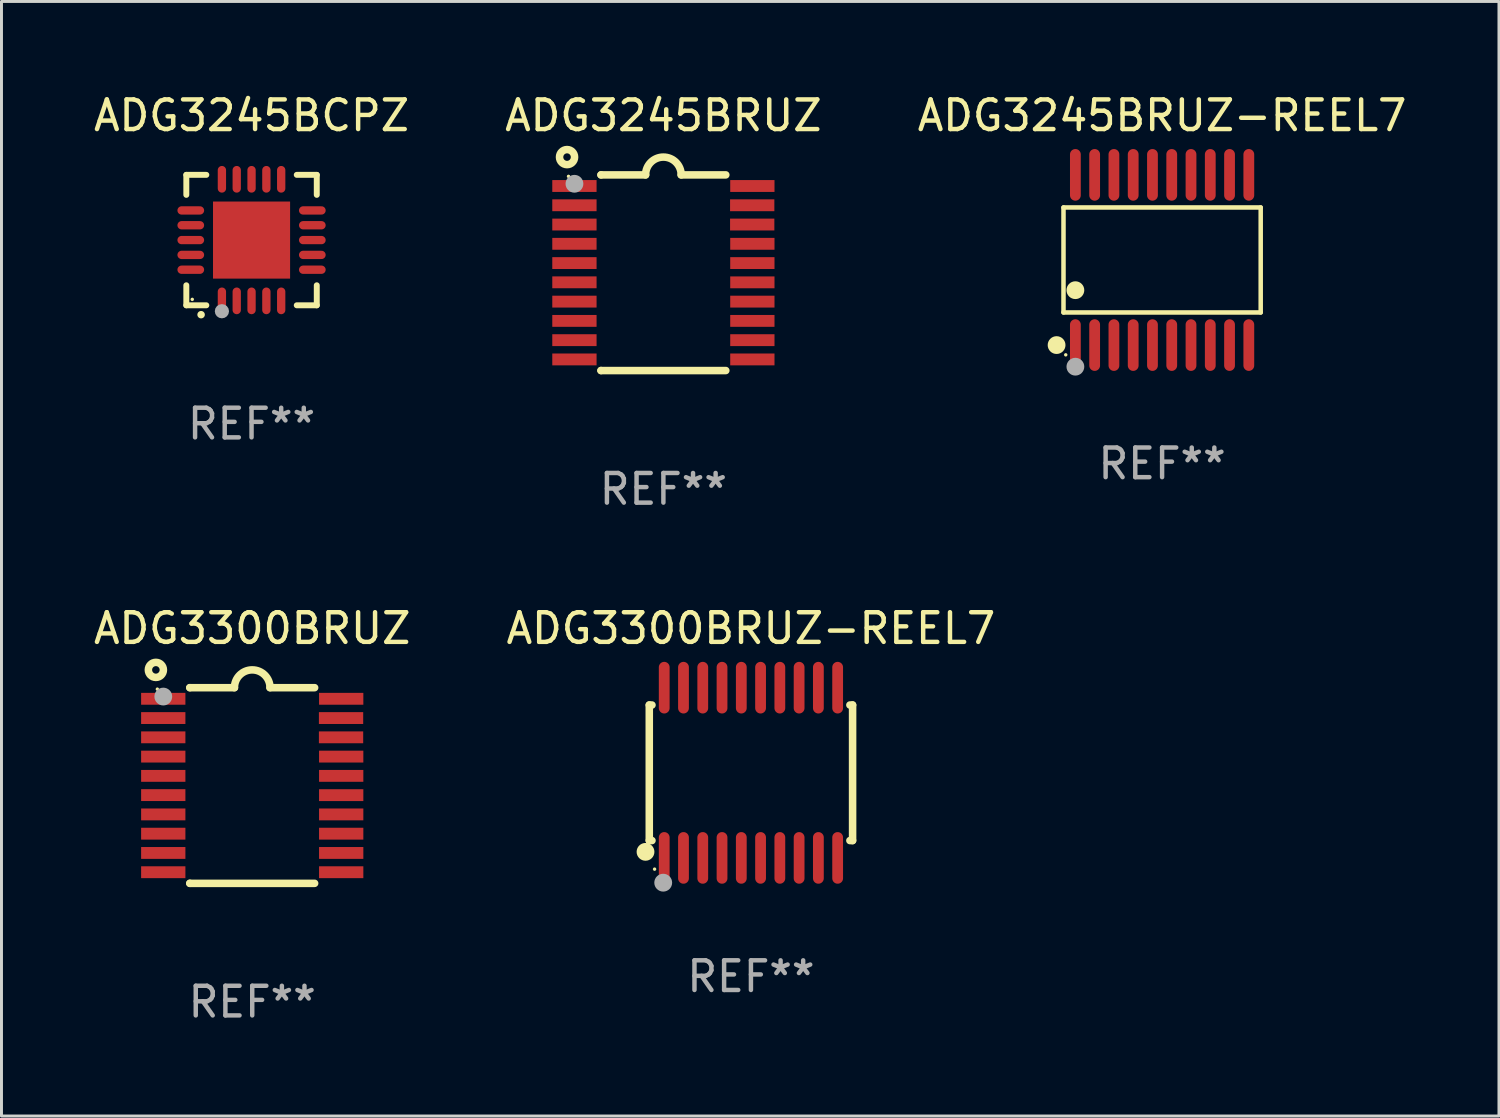
<source format=kicad_pcb>
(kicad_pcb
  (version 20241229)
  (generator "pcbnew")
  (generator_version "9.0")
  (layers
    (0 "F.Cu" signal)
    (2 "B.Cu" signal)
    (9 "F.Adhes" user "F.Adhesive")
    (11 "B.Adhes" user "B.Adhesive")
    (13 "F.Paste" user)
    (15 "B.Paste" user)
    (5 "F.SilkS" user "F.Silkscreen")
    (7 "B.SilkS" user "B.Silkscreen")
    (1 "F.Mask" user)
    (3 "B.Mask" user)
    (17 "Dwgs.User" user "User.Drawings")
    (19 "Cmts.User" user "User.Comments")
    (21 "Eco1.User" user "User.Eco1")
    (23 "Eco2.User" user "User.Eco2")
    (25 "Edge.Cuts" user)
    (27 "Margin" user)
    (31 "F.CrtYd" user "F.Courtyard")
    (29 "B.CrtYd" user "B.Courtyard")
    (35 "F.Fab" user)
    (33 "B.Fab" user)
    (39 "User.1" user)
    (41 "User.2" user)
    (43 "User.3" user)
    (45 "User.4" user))
  (footprint "ADG3300BRUZ"
    (layer "F.Cu")
    (at 5.458 23.446)
    (property "Reference" "ADG3300BRUZ" (at 0 -5.3 0) (layer "F.SilkS") (effects (font (size 1 1) (thickness 0.15))))
    (attr through_hole)
    (fp_line (start -2.105 -3.3) (end -2.105 -3.3) (stroke (width 0.254) (type solid)) (layer "F.SilkS"))
    (fp_line (start -2.105 -3.3) (end -0.6 -3.3) (stroke (width 0.254) (type solid)) (layer "F.SilkS"))
    (fp_line (start -2.105 3.3) (end -2.105 3.3) (stroke (width 0.254) (type solid)) (layer "F.SilkS"))
    (fp_line (start 0.6 -3.3) (end 2.105 -3.3) (stroke (width 0.254) (type solid)) (layer "F.SilkS"))
    (fp_line (start 2.105 3.3) (end -2.105 3.3) (stroke (width 0.254) (type solid)) (layer "F.SilkS"))
    (fp_arc (start -0.599924 -3.300026) (mid 0.000114 -3.897415) (end 0.600152 -3.300025) (stroke (width 0.254001) (type solid)) (layer "F.SilkS"))
    (fp_circle (center -3.25 -3.9) (end -2.996 -3.9) (stroke (width 0.254) (type solid)) (fill no) (layer "F.SilkS"))
    (fp_circle (center -3.2 -3.25) (end -3.17 -3.25) (stroke (width 0.06) (type solid)) (fill no) (layer "F.SilkS"))
    (fp_circle (center -3 -3) (end -2.85 -3) (stroke (width 0.3) (type solid)) (fill no) (layer "F.Fab"))
    (fp_text user "REF**" (at 0 7.3 0) (layer "F.Fab") (effects (font (size 1 1) (thickness 0.15))))
    (pad "1" smd rect (at -3.001 -2.925 270) (size 0.4 1.494) (layers "F.Cu" "F.Mask" "F.Paste"))
    (pad "2" smd rect (at -3.001 -2.275 270) (size 0.4 1.494) (layers "F.Cu" "F.Mask" "F.Paste"))
    (pad "3" smd rect (at -3.001 -1.625 270) (size 0.4 1.494) (layers "F.Cu" "F.Mask" "F.Paste"))
    (pad "4" smd rect (at -3.001 -0.975 270) (size 0.4 1.494) (layers "F.Cu" "F.Mask" "F.Paste"))
    (pad "5" smd rect (at -3.001 -0.325 270) (size 0.4 1.494) (layers "F.Cu" "F.Mask" "F.Paste"))
    (pad "6" smd rect (at -3.001 0.324 270) (size 0.4 1.494) (layers "F.Cu" "F.Mask" "F.Paste"))
    (pad "7" smd rect (at -3.001 0.975 270) (size 0.4 1.494) (layers "F.Cu" "F.Mask" "F.Paste"))
    (pad "8" smd rect (at -3.001 1.625 270) (size 0.4 1.494) (layers "F.Cu" "F.Mask" "F.Paste"))
    (pad "9" smd rect (at -3.001 2.275 270) (size 0.4 1.494) (layers "F.Cu" "F.Mask" "F.Paste"))
    (pad "10" smd rect (at -3.001 2.925 270) (size 0.4 1.494) (layers "F.Cu" "F.Mask" "F.Paste"))
    (pad "11" smd rect (at 3.001 2.925 270) (size 0.4 1.494) (layers "F.Cu" "F.Mask" "F.Paste"))
    (pad "12" smd rect (at 3.001 2.275 270) (size 0.4 1.494) (layers "F.Cu" "F.Mask" "F.Paste"))
    (pad "13" smd rect (at 3.001 1.625 270) (size 0.4 1.494) (layers "F.Cu" "F.Mask" "F.Paste"))
    (pad "14" smd rect (at 3.001 0.975 270) (size 0.4 1.494) (layers "F.Cu" "F.Mask" "F.Paste"))
    (pad "15" smd rect (at 3.001 0.325 270) (size 0.4 1.494) (layers "F.Cu" "F.Mask" "F.Paste"))
    (pad "16" smd rect (at 3.001 -0.325 270) (size 0.4 1.494) (layers "F.Cu" "F.Mask" "F.Paste"))
    (pad "17" smd rect (at 3.001 -0.975 270) (size 0.4 1.494) (layers "F.Cu" "F.Mask" "F.Paste"))
    (pad "18" smd rect (at 2.996 -1.625 270) (size 0.4 1.494) (layers "F.Cu" "F.Mask" "F.Paste"))
    (pad "19" smd rect (at 2.996 -2.275 270) (size 0.4 1.494) (layers "F.Cu" "F.Mask" "F.Paste"))
    (pad "20" smd rect (at 3.001 -2.925 270) (size 0.4 1.494) (layers "F.Cu" "F.Mask" "F.Paste")))
  (footprint "ADG3245BRUZ-REEL7"
    (layer "F.Cu")
    (at 36.149 5.719)
    (property "Reference" "ADG3245BRUZ-REEL7" (at 0 -4.871 0) (layer "F.SilkS") (effects (font (size 1 1) (thickness 0.15))))
    (attr through_hole)
    (fp_line (start -3.326 -1.771) (end 3.326 -1.771) (stroke (width 0.152) (type solid)) (layer "F.SilkS"))
    (fp_line (start -3.326 1.771) (end -3.326 -1.771) (stroke (width 0.152) (type solid)) (layer "F.SilkS"))
    (fp_line (start 3.326 -1.771) (end 3.326 1.771) (stroke (width 0.152) (type solid)) (layer "F.SilkS"))
    (fp_line (start 3.326 1.771) (end -3.326 1.771) (stroke (width 0.152) (type solid)) (layer "F.SilkS"))
    (fp_circle (center -3.559 2.871) (end -3.409 2.871) (stroke (width 0.3) (type solid)) (fill no) (layer "F.SilkS"))
    (fp_circle (center -3.25 3.2) (end -3.22 3.2) (stroke (width 0.06) (type solid)) (fill no) (layer "F.SilkS"))
    (fp_circle (center -2.925 1.019) (end -2.775 1.019) (stroke (width 0.3) (type solid)) (fill no) (layer "F.SilkS"))
    (fp_circle (center -2.925 3.6) (end -2.775 3.6) (stroke (width 0.3) (type solid)) (fill no) (layer "F.Fab"))
    (fp_text user "REF**" (at 0 6.871 0) (layer "F.Fab") (effects (font (size 1 1) (thickness 0.15))))
    (pad "1" smd oval (at -2.925 2.871) (size 0.364 1.742) (layers "F.Cu" "F.Mask" "F.Paste"))
    (pad "2" smd oval (at -2.275 2.871) (size 0.364 1.742) (layers "F.Cu" "F.Mask" "F.Paste"))
    (pad "3" smd oval (at -1.625 2.871) (size 0.364 1.742) (layers "F.Cu" "F.Mask" "F.Paste"))
    (pad "4" smd oval (at -0.975 2.871) (size 0.364 1.742) (layers "F.Cu" "F.Mask" "F.Paste"))
    (pad "5" smd oval (at -0.325 2.871) (size 0.364 1.742) (layers "F.Cu" "F.Mask" "F.Paste"))
    (pad "6" smd oval (at 0.325 2.871) (size 0.364 1.742) (layers "F.Cu" "F.Mask" "F.Paste"))
    (pad "7" smd oval (at 0.975 2.871) (size 0.364 1.742) (layers "F.Cu" "F.Mask" "F.Paste"))
    (pad "8" smd oval (at 1.625 2.871) (size 0.364 1.742) (layers "F.Cu" "F.Mask" "F.Paste"))
    (pad "9" smd oval (at 2.275 2.871) (size 0.364 1.742) (layers "F.Cu" "F.Mask" "F.Paste"))
    (pad "10" smd oval (at 2.925 2.871) (size 0.364 1.742) (layers "F.Cu" "F.Mask" "F.Paste"))
    (pad "11" smd oval (at 2.925 -2.871) (size 0.364 1.742) (layers "F.Cu" "F.Mask" "F.Paste"))
    (pad "12" smd oval (at 2.275 -2.871) (size 0.364 1.742) (layers "F.Cu" "F.Mask" "F.Paste"))
    (pad "13" smd oval (at 1.625 -2.871) (size 0.364 1.742) (layers "F.Cu" "F.Mask" "F.Paste"))
    (pad "14" smd oval (at 0.975 -2.871) (size 0.364 1.742) (layers "F.Cu" "F.Mask" "F.Paste"))
    (pad "15" smd oval (at 0.325 -2.871) (size 0.364 1.742) (layers "F.Cu" "F.Mask" "F.Paste"))
    (pad "16" smd oval (at -0.325 -2.871) (size 0.364 1.742) (layers "F.Cu" "F.Mask" "F.Paste"))
    (pad "17" smd oval (at -0.975 -2.871) (size 0.364 1.742) (layers "F.Cu" "F.Mask" "F.Paste"))
    (pad "18" smd oval (at -1.625 -2.871) (size 0.364 1.742) (layers "F.Cu" "F.Mask" "F.Paste"))
    (pad "19" smd oval (at -2.275 -2.871) (size 0.364 1.742) (layers "F.Cu" "F.Mask" "F.Paste"))
    (pad "20" smd oval (at -2.925 -2.871) (size 0.364 1.742) (layers "F.Cu" "F.Mask" "F.Paste")))
  (footprint "ADG3245BRUZ"
    (layer "F.Cu")
    (at 19.327 6.149)
    (property "Reference" "ADG3245BRUZ" (at 0 -5.3 0) (layer "F.SilkS") (effects (font (size 1 1) (thickness 0.15))))
    (attr through_hole)
    (fp_line (start -2.105 -3.3) (end -2.105 -3.3) (stroke (width 0.254) (type solid)) (layer "F.SilkS"))
    (fp_line (start -2.105 -3.3) (end -0.6 -3.3) (stroke (width 0.254) (type solid)) (layer "F.SilkS"))
    (fp_line (start -2.105 3.3) (end -2.105 3.3) (stroke (width 0.254) (type solid)) (layer "F.SilkS"))
    (fp_line (start 0.6 -3.3) (end 2.105 -3.3) (stroke (width 0.254) (type solid)) (layer "F.SilkS"))
    (fp_line (start 2.105 3.3) (end -2.105 3.3) (stroke (width 0.254) (type solid)) (layer "F.SilkS"))
    (fp_arc (start -0.599924 -3.300026) (mid 0.000114 -3.897415) (end 0.600152 -3.300025) (stroke (width 0.254001) (type solid)) (layer "F.SilkS"))
    (fp_circle (center -3.25 -3.9) (end -2.996 -3.9) (stroke (width 0.254) (type solid)) (fill no) (layer "F.SilkS"))
    (fp_circle (center -3.2 -3.25) (end -3.17 -3.25) (stroke (width 0.06) (type solid)) (fill no) (layer "F.SilkS"))
    (fp_circle (center -3 -3) (end -2.85 -3) (stroke (width 0.3) (type solid)) (fill no) (layer "F.Fab"))
    (fp_text user "REF**" (at 0 7.3 0) (layer "F.Fab") (effects (font (size 1 1) (thickness 0.15))))
    (pad "1" smd rect (at -3.001 -2.925 270) (size 0.4 1.494) (layers "F.Cu" "F.Mask" "F.Paste"))
    (pad "2" smd rect (at -3.001 -2.275 270) (size 0.4 1.494) (layers "F.Cu" "F.Mask" "F.Paste"))
    (pad "3" smd rect (at -3.001 -1.625 270) (size 0.4 1.494) (layers "F.Cu" "F.Mask" "F.Paste"))
    (pad "4" smd rect (at -3.001 -0.975 270) (size 0.4 1.494) (layers "F.Cu" "F.Mask" "F.Paste"))
    (pad "5" smd rect (at -3.001 -0.325 270) (size 0.4 1.494) (layers "F.Cu" "F.Mask" "F.Paste"))
    (pad "6" smd rect (at -3.001 0.324 270) (size 0.4 1.494) (layers "F.Cu" "F.Mask" "F.Paste"))
    (pad "7" smd rect (at -3.001 0.975 270) (size 0.4 1.494) (layers "F.Cu" "F.Mask" "F.Paste"))
    (pad "8" smd rect (at -3.001 1.625 270) (size 0.4 1.494) (layers "F.Cu" "F.Mask" "F.Paste"))
    (pad "9" smd rect (at -3.001 2.275 270) (size 0.4 1.494) (layers "F.Cu" "F.Mask" "F.Paste"))
    (pad "10" smd rect (at -3.001 2.925 270) (size 0.4 1.494) (layers "F.Cu" "F.Mask" "F.Paste"))
    (pad "11" smd rect (at 3.001 2.925 270) (size 0.4 1.494) (layers "F.Cu" "F.Mask" "F.Paste"))
    (pad "12" smd rect (at 3.001 2.275 270) (size 0.4 1.494) (layers "F.Cu" "F.Mask" "F.Paste"))
    (pad "13" smd rect (at 3.001 1.625 270) (size 0.4 1.494) (layers "F.Cu" "F.Mask" "F.Paste"))
    (pad "14" smd rect (at 3.001 0.975 270) (size 0.4 1.494) (layers "F.Cu" "F.Mask" "F.Paste"))
    (pad "15" smd rect (at 3.001 0.325 270) (size 0.4 1.494) (layers "F.Cu" "F.Mask" "F.Paste"))
    (pad "16" smd rect (at 3.001 -0.325 270) (size 0.4 1.494) (layers "F.Cu" "F.Mask" "F.Paste"))
    (pad "17" smd rect (at 3.001 -0.975 270) (size 0.4 1.494) (layers "F.Cu" "F.Mask" "F.Paste"))
    (pad "18" smd rect (at 2.996 -1.625 270) (size 0.4 1.494) (layers "F.Cu" "F.Mask" "F.Paste"))
    (pad "19" smd rect (at 2.996 -2.275 270) (size 0.4 1.494) (layers "F.Cu" "F.Mask" "F.Paste"))
    (pad "20" smd rect (at 3.001 -2.925 270) (size 0.4 1.494) (layers "F.Cu" "F.Mask" "F.Paste")))
  (footprint "ADG3300BRUZ-REEL7"
    (layer "F.Cu")
    (at 22.28 23.017)
    (property "Reference" "ADG3300BRUZ-REEL7" (at 0 -4.871 0) (layer "F.SilkS") (effects (font (size 1 1) (thickness 0.15))))
    (attr through_hole)
    (fp_line (start -3.429 -2.286) (end -3.429 2.286) (stroke (width 0.254) (type solid)) (layer "F.SilkS"))
    (fp_line (start -3.429 2.286) (end -3.338 2.286) (stroke (width 0.254) (type solid)) (layer "F.SilkS"))
    (fp_line (start -3.338 -2.286) (end -3.429 -2.286) (stroke (width 0.254) (type solid)) (layer "F.SilkS"))
    (fp_line (start 3.338 -2.286) (end 3.429 -2.286) (stroke (width 0.254) (type solid)) (layer "F.SilkS"))
    (fp_line (start 3.429 -2.286) (end 3.429 2.286) (stroke (width 0.254) (type solid)) (layer "F.SilkS"))
    (fp_line (start 3.429 2.286) (end 3.338 2.286) (stroke (width 0.254) (type solid)) (layer "F.SilkS"))
    (fp_circle (center -3.556 2.667) (end -3.406 2.667) (stroke (width 0.3) (type solid)) (fill no) (layer "F.SilkS"))
    (fp_circle (center -3.25 3.25) (end -3.22 3.25) (stroke (width 0.06) (type solid)) (fill no) (layer "F.SilkS"))
    (fp_circle (center -2.959 3.707) (end -2.808 3.707) (stroke (width 0.3) (type solid)) (fill no) (layer "F.Fab"))
    (fp_text user "REF**" (at 0 6.871 0) (layer "F.Fab") (effects (font (size 1 1) (thickness 0.15))))
    (pad "1" smd oval (at -2.925 2.871) (size 0.364 1.742) (layers "F.Cu" "F.Mask" "F.Paste"))
    (pad "2" smd oval (at -2.275 2.871) (size 0.364 1.742) (layers "F.Cu" "F.Mask" "F.Paste"))
    (pad "3" smd oval (at -1.625 2.871) (size 0.364 1.742) (layers "F.Cu" "F.Mask" "F.Paste"))
    (pad "4" smd oval (at -0.975 2.871) (size 0.364 1.742) (layers "F.Cu" "F.Mask" "F.Paste"))
    (pad "5" smd oval (at -0.325 2.871) (size 0.364 1.742) (layers "F.Cu" "F.Mask" "F.Paste"))
    (pad "6" smd oval (at 0.325 2.871) (size 0.364 1.742) (layers "F.Cu" "F.Mask" "F.Paste"))
    (pad "7" smd oval (at 0.975 2.871) (size 0.364 1.742) (layers "F.Cu" "F.Mask" "F.Paste"))
    (pad "8" smd oval (at 1.625 2.871) (size 0.364 1.742) (layers "F.Cu" "F.Mask" "F.Paste"))
    (pad "9" smd oval (at 2.275 2.871) (size 0.364 1.742) (layers "F.Cu" "F.Mask" "F.Paste"))
    (pad "10" smd oval (at 2.925 2.871) (size 0.364 1.742) (layers "F.Cu" "F.Mask" "F.Paste"))
    (pad "11" smd oval (at 2.925 -2.871) (size 0.364 1.742) (layers "F.Cu" "F.Mask" "F.Paste"))
    (pad "12" smd oval (at 2.275 -2.871) (size 0.364 1.742) (layers "F.Cu" "F.Mask" "F.Paste"))
    (pad "13" smd oval (at 1.625 -2.871) (size 0.364 1.742) (layers "F.Cu" "F.Mask" "F.Paste"))
    (pad "14" smd oval (at 0.975 -2.871) (size 0.364 1.742) (layers "F.Cu" "F.Mask" "F.Paste"))
    (pad "15" smd oval (at 0.325 -2.871) (size 0.364 1.742) (layers "F.Cu" "F.Mask" "F.Paste"))
    (pad "16" smd oval (at -0.325 -2.871) (size 0.364 1.742) (layers "F.Cu" "F.Mask" "F.Paste"))
    (pad "17" smd oval (at -0.975 -2.871) (size 0.364 1.742) (layers "F.Cu" "F.Mask" "F.Paste"))
    (pad "18" smd oval (at -1.625 -2.871) (size 0.364 1.742) (layers "F.Cu" "F.Mask" "F.Paste"))
    (pad "19" smd oval (at -2.275 -2.871) (size 0.364 1.742) (layers "F.Cu" "F.Mask" "F.Paste"))
    (pad "20" smd oval (at -2.925 -2.871) (size 0.364 1.742) (layers "F.Cu" "F.Mask" "F.Paste")))
  (footprint "ADG3245BCPZ"
    (layer "F.Cu")
    (at 5.435 5.048)
    (property "Reference" "ADG3245BCPZ" (at 0 -4.2 0) (layer "F.SilkS") (effects (font (size 1 1) (thickness 0.15))))
    (attr through_hole)
    (fp_line (start -2.2 -2.2) (end -1.525 -2.2) (stroke (width 0.2) (type solid)) (layer "F.SilkS"))
    (fp_line (start -2.2 -1.525) (end -2.2 -2.2) (stroke (width 0.2) (type solid)) (layer "F.SilkS"))
    (fp_line (start -2.2 2.2) (end -2.2 1.525) (stroke (width 0.2) (type solid)) (layer "F.SilkS"))
    (fp_line (start -1.525 2.2) (end -2.2 2.2) (stroke (width 0.2) (type solid)) (layer "F.SilkS"))
    (fp_line (start 1.525 2.2) (end 2.2 2.2) (stroke (width 0.2) (type solid)) (layer "F.SilkS"))
    (fp_line (start 2.2 -2.2) (end 1.525 -2.2) (stroke (width 0.2) (type solid)) (layer "F.SilkS"))
    (fp_line (start 2.2 -1.525) (end 2.2 -2.2) (stroke (width 0.2) (type solid)) (layer "F.SilkS"))
    (fp_line (start 2.2 2.2) (end 2.2 1.525) (stroke (width 0.2) (type solid)) (layer "F.SilkS"))
    (fp_arc (start -1.703073 2.516612) (mid -1.701803 2.516606) (end -1.700533 2.516612) (stroke (width 0.25) (type solid)) (layer "F.SilkS"))
    (fp_circle (center -2 2) (end -1.97 2) (stroke (width 0.06) (type solid)) (fill no) (layer "F.SilkS"))
    (fp_circle (center -1 2.4) (end -0.88 2.4) (stroke (width 0.24) (type solid)) (fill no) (layer "F.Fab"))
    (fp_text user "REF**" (at 0 6.2 0) (layer "F.Fab") (effects (font (size 1 1) (thickness 0.15))))
    (pad "1" smd oval (at -1 2.05) (size 0.28 0.9) (layers "F.Cu" "F.Mask" "F.Paste"))
    (pad "2" smd oval (at -0.5 2.05) (size 0.28 0.9) (layers "F.Cu" "F.Mask" "F.Paste"))
    (pad "3" smd oval (at 0.000076 2.05) (size 0.28 0.9) (layers "F.Cu" "F.Mask" "F.Paste"))
    (pad "4" smd oval (at 0.5 2.05) (size 0.28 0.9) (layers "F.Cu" "F.Mask" "F.Paste"))
    (pad "5" smd oval (at 1 2.05) (size 0.28 0.9) (layers "F.Cu" "F.Mask" "F.Paste"))
    (pad "6" smd oval (at 2.05 1) (size 0.9 0.28) (layers "F.Cu" "F.Mask" "F.Paste"))
    (pad "7" smd oval (at 2.05 0.5) (size 0.9 0.28) (layers "F.Cu" "F.Mask" "F.Paste"))
    (pad "8" smd oval (at 2.05 0.000076) (size 0.9 0.28) (layers "F.Cu" "F.Mask" "F.Paste"))
    (pad "9" smd oval (at 2.05 -0.5) (size 0.9 0.28) (layers "F.Cu" "F.Mask" "F.Paste"))
    (pad "10" smd oval (at 2.05 -1) (size 0.9 0.28) (layers "F.Cu" "F.Mask" "F.Paste"))
    (pad "11" smd oval (at 1 -2.05) (size 0.28 0.9) (layers "F.Cu" "F.Mask" "F.Paste"))
    (pad "12" smd oval (at 0.5 -2.05) (size 0.28 0.9) (layers "F.Cu" "F.Mask" "F.Paste"))
    (pad "13" smd oval (at 0.000076 -2.05) (size 0.28 0.9) (layers "F.Cu" "F.Mask" "F.Paste"))
    (pad "14" smd oval (at -0.5 -2.05) (size 0.28 0.9) (layers "F.Cu" "F.Mask" "F.Paste"))
    (pad "15" smd oval (at -1 -2.05) (size 0.28 0.9) (layers "F.Cu" "F.Mask" "F.Paste"))
    (pad "16" smd oval (at -2.05 -1) (size 0.9 0.28) (layers "F.Cu" "F.Mask" "F.Paste"))
    (pad "17" smd oval (at -2.05 -0.5) (size 0.9 0.28) (layers "F.Cu" "F.Mask" "F.Paste"))
    (pad "18" smd oval (at -2.05 0.000076) (size 0.9 0.28) (layers "F.Cu" "F.Mask" "F.Paste"))
    (pad "19" smd oval (at -2.05 0.5) (size 0.9 0.28) (layers "F.Cu" "F.Mask" "F.Paste"))
    (pad "20" smd oval (at -2.05 1) (size 0.9 0.28) (layers "F.Cu" "F.Mask" "F.Paste"))
    (pad "21" smd rect (at 0.000076 0.000076) (size 2.6 2.6) (layers "F.Cu" "F.Mask" "F.Paste")))
  (gr_rect
    (start -3 -3)
    (end 47.512 34.595)
    (stroke (width 0.1) (type default))
    (fill no)
    (layer "Edge.Cuts")))
</source>
